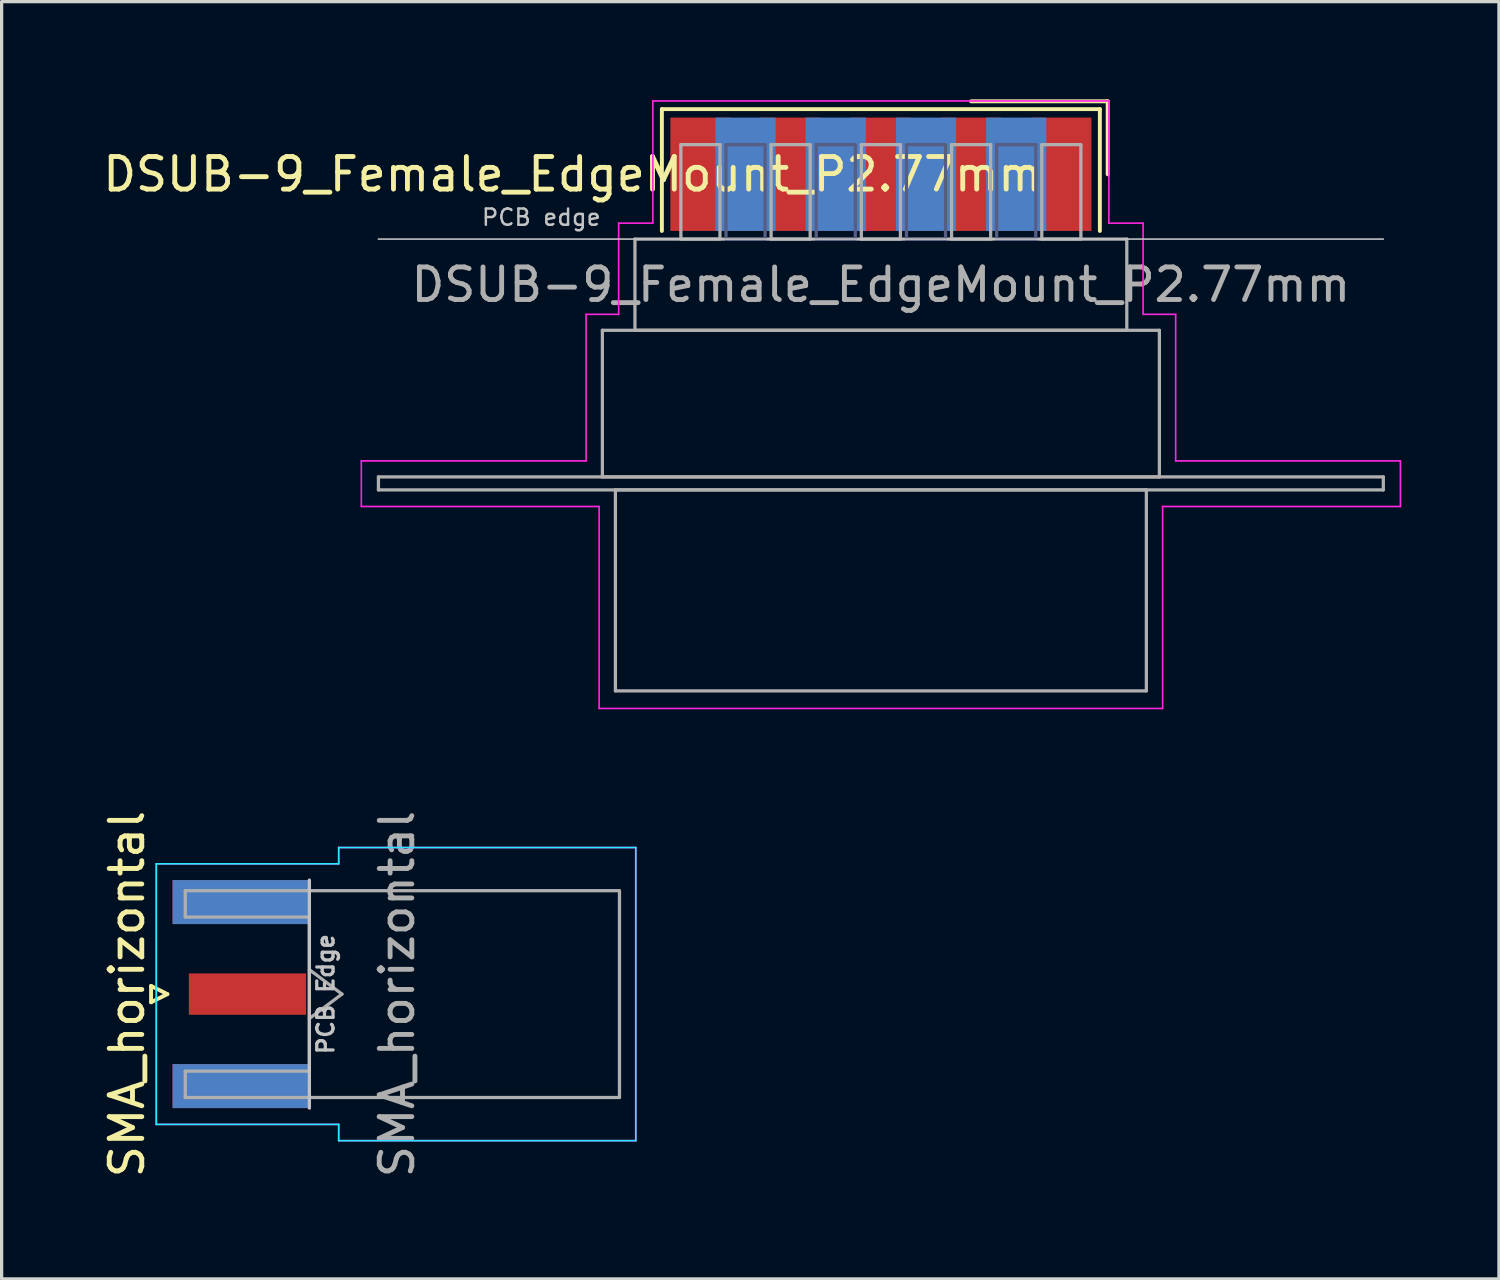
<source format=kicad_pcb>
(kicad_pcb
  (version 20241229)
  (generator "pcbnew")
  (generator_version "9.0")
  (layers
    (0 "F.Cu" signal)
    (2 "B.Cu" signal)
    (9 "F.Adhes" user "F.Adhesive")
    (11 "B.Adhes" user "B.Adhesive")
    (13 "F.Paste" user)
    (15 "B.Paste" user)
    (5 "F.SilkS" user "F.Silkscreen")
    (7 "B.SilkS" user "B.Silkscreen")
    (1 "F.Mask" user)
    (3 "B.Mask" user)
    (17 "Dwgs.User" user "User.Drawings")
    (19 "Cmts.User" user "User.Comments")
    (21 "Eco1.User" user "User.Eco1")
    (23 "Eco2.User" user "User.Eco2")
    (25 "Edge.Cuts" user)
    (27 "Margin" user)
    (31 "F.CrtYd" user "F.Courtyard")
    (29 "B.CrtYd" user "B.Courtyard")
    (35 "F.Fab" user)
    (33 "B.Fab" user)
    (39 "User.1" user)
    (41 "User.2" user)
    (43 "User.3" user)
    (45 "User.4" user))
  (footprint "SMA_horizontal"
    (layer "F.Cu")
    (at 4.348 27.469)
    (property "Reference" "SMA_horizontal" (at -3.5 0 90) (layer "F.SilkS") (effects (font (size 1 1) (thickness 0.15))))
    (attr smd)
    (fp_line (start -2.76 -0.25) (end -2.76 0.25) (stroke (width 0.12) (type solid)) (layer "F.SilkS"))
    (fp_line (start -2.76 0.25) (end -2.26 0) (stroke (width 0.12) (type solid)) (layer "F.SilkS"))
    (fp_line (start -2.26 0) (end -2.76 -0.25) (stroke (width 0.12) (type solid)) (layer "F.SilkS"))
    (fp_line (start 2.1 -3.5) (end 2.1 3.5) (stroke (width 0.1) (type solid)) (layer "Dwgs.User"))
    (fp_line (start -2.6 4) (end -2.6 -4) (stroke (width 0.05) (type solid)) (layer "B.CrtYd"))
    (fp_line (start 3 -4.5) (end 3 -4) (stroke (width 0.05) (type solid)) (layer "B.CrtYd"))
    (fp_line (start 3 -4) (end -2.6 -4) (stroke (width 0.05) (type solid)) (layer "B.CrtYd"))
    (fp_line (start 3 4) (end -2.6 4) (stroke (width 0.05) (type solid)) (layer "B.CrtYd"))
    (fp_line (start 3 4.5) (end 3 4) (stroke (width 0.05) (type solid)) (layer "B.CrtYd"))
    (fp_line (start 12.12 -4.5) (end 3 -4.5) (stroke (width 0.05) (type solid)) (layer "B.CrtYd"))
    (fp_line (start 12.12 -4.5) (end 12.12 4.5) (stroke (width 0.05) (type solid)) (layer "B.CrtYd"))
    (fp_line (start 12.12 4.5) (end 3 4.5) (stroke (width 0.05) (type solid)) (layer "B.CrtYd"))
    (fp_line (start -2.6 4) (end -2.6 -4) (stroke (width 0.05) (type solid)) (layer "F.CrtYd"))
    (fp_line (start 3 -4.5) (end 3 -4) (stroke (width 0.05) (type solid)) (layer "F.CrtYd"))
    (fp_line (start 3 -4) (end -2.6 -4) (stroke (width 0.05) (type solid)) (layer "F.CrtYd"))
    (fp_line (start 3 4) (end -2.6 4) (stroke (width 0.05) (type solid)) (layer "F.CrtYd"))
    (fp_line (start 3 4.5) (end 3 4) (stroke (width 0.05) (type solid)) (layer "F.CrtYd"))
    (fp_line (start 12.12 -4.5) (end 3 -4.5) (stroke (width 0.05) (type solid)) (layer "F.CrtYd"))
    (fp_line (start 12.12 -4.5) (end 12.12 4.5) (stroke (width 0.05) (type solid)) (layer "F.CrtYd"))
    (fp_line (start 12.12 4.5) (end 3 4.5) (stroke (width 0.05) (type solid)) (layer "F.CrtYd"))
    (fp_line (start -1.71 -3.175) (end -1.71 -2.365) (stroke (width 0.1) (type solid)) (layer "F.Fab"))
    (fp_line (start -1.71 -3.175) (end 11.62 -3.175) (stroke (width 0.1) (type solid)) (layer "F.Fab"))
    (fp_line (start -1.71 -2.365) (end 2.1 -2.365) (stroke (width 0.1) (type solid)) (layer "F.Fab"))
    (fp_line (start -1.71 2.365) (end -1.71 3.175) (stroke (width 0.1) (type solid)) (layer "F.Fab"))
    (fp_line (start -1.71 3.175) (end 11.62 3.175) (stroke (width 0.1) (type solid)) (layer "F.Fab"))
    (fp_line (start 2.1 -2.365) (end 2.1 2.365) (stroke (width 0.1) (type solid)) (layer "F.Fab"))
    (fp_line (start 2.1 -0.75) (end 3.1 0) (stroke (width 0.1) (type solid)) (layer "F.Fab"))
    (fp_line (start 2.1 2.365) (end -1.71 2.365) (stroke (width 0.1) (type solid)) (layer "F.Fab"))
    (fp_line (start 3.1 0) (end 2.1 0.75) (stroke (width 0.1) (type solid)) (layer "F.Fab"))
    (fp_line (start 11.62 -3.165) (end 11.62 3.165) (stroke (width 0.1) (type solid)) (layer "F.Fab"))
    (fp_text user "PCB Edge" (at 2.6 0 90) (layer "Dwgs.User") (effects (font (size 0.5 0.5) (thickness 0.1))))
    (fp_text user "${REFERENCE}" (at 4.79 0 270) (layer "F.Fab") (effects (font (size 1 1) (thickness 0.15))))
    (pad "1" smd rect (at 0.2 0 90) (size 1.27 3.6) (layers "F.Cu" "F.Mask" "F.Paste"))
    (pad "2" smd rect (at 0 -2.825 90) (size 1.35 4.2) (layers "F.Cu" "F.Mask" "F.Paste"))
    (pad "2" smd rect (at 0 -2.825 90) (size 1.35 4.2) (layers "B.Cu" "B.Mask" "B.Paste"))
    (pad "2" smd rect (at 0 2.825 90) (size 1.35 4.2) (layers "F.Cu" "F.Mask" "F.Paste"))
    (pad "2" smd rect (at 0 2.825 90) (size 1.35 4.2) (layers "B.Cu" "B.Mask" "B.Paste")))
  (footprint "DSUB-9_Female_EdgeMount_P2.77mm"
    (layer "F.Cu")
    (at 23.993 2.3)
    (property "Reference" "DSUB-9_Female_EdgeMount_P2.77mm" (at -9.463 0 0) (layer "F.SilkS") (effects (font (size 1 1) (thickness 0.15))))
    (attr smd)
    (fp_line (start -6.723 -2) (end -6.723 1.74) (stroke (width 0.12) (type solid)) (layer "F.SilkS"))
    (fp_line (start 6.723 -2) (end -6.723 -2) (stroke (width 0.12) (type solid)) (layer "F.SilkS"))
    (fp_line (start 6.723 1.74) (end 6.723 -2) (stroke (width 0.12) (type solid)) (layer "F.SilkS"))
    (fp_line (start 6.963 -2.24) (end 2.77 -2.24) (stroke (width 0.12) (type solid)) (layer "F.SilkS"))
    (fp_line (start 6.963 0) (end 6.963 -2.24) (stroke (width 0.12) (type solid)) (layer "F.SilkS"))
    (fp_line (start -15.425 1.99) (end 15.425 1.99) (stroke (width 0.05) (type solid)) (layer "Dwgs.User"))
    (fp_line (start -15.95 8.8) (end -9.05 8.8) (stroke (width 0.05) (type solid)) (layer "F.CrtYd"))
    (fp_line (start -15.95 10.2) (end -15.95 8.8) (stroke (width 0.05) (type solid)) (layer "F.CrtYd"))
    (fp_line (start -9.05 4.3) (end -8.05 4.3) (stroke (width 0.05) (type solid)) (layer "F.CrtYd"))
    (fp_line (start -9.05 8.8) (end -9.05 4.3) (stroke (width 0.05) (type solid)) (layer "F.CrtYd"))
    (fp_line (start -8.65 10.2) (end -15.95 10.2) (stroke (width 0.05) (type solid)) (layer "F.CrtYd"))
    (fp_line (start -8.65 16.4) (end -8.65 10.2) (stroke (width 0.05) (type solid)) (layer "F.CrtYd"))
    (fp_line (start -8.05 1.5) (end -7 1.5) (stroke (width 0.05) (type solid)) (layer "F.CrtYd"))
    (fp_line (start -8.05 4.3) (end -8.05 1.5) (stroke (width 0.05) (type solid)) (layer "F.CrtYd"))
    (fp_line (start -7 -2.25) (end 7 -2.25) (stroke (width 0.05) (type solid)) (layer "F.CrtYd"))
    (fp_line (start -7 1.5) (end -7 -2.25) (stroke (width 0.05) (type solid)) (layer "F.CrtYd"))
    (fp_line (start 7 -2.25) (end 7 1.5) (stroke (width 0.05) (type solid)) (layer "F.CrtYd"))
    (fp_line (start 7 1.5) (end 8.05 1.5) (stroke (width 0.05) (type solid)) (layer "F.CrtYd"))
    (fp_line (start 8.05 1.5) (end 8.05 4.3) (stroke (width 0.05) (type solid)) (layer "F.CrtYd"))
    (fp_line (start 8.05 4.3) (end 9.05 4.3) (stroke (width 0.05) (type solid)) (layer "F.CrtYd"))
    (fp_line (start 8.65 10.2) (end 8.65 16.4) (stroke (width 0.05) (type solid)) (layer "F.CrtYd"))
    (fp_line (start 8.65 16.4) (end -8.65 16.4) (stroke (width 0.05) (type solid)) (layer "F.CrtYd"))
    (fp_line (start 9.05 4.3) (end 9.05 8.8) (stroke (width 0.05) (type solid)) (layer "F.CrtYd"))
    (fp_line (start 9.05 8.8) (end 15.95 8.8) (stroke (width 0.05) (type solid)) (layer "F.CrtYd"))
    (fp_line (start 15.95 8.8) (end 15.95 10.2) (stroke (width 0.05) (type solid)) (layer "F.CrtYd"))
    (fp_line (start 15.95 10.2) (end 8.65 10.2) (stroke (width 0.05) (type solid)) (layer "F.CrtYd"))
    (fp_line (start -4.755 -0.91) (end -4.755 1.99) (stroke (width 0.1) (type solid)) (layer "B.Fab"))
    (fp_line (start -4.755 1.99) (end -3.555 1.99) (stroke (width 0.1) (type solid)) (layer "B.Fab"))
    (fp_line (start -3.555 -0.91) (end -4.755 -0.91) (stroke (width 0.1) (type solid)) (layer "B.Fab"))
    (fp_line (start -3.555 1.99) (end -3.555 -0.91) (stroke (width 0.1) (type solid)) (layer "B.Fab"))
    (fp_line (start -1.985 -0.91) (end -1.985 1.99) (stroke (width 0.1) (type solid)) (layer "B.Fab"))
    (fp_line (start -1.985 1.99) (end -0.785 1.99) (stroke (width 0.1) (type solid)) (layer "B.Fab"))
    (fp_line (start -0.785 -0.91) (end -1.985 -0.91) (stroke (width 0.1) (type solid)) (layer "B.Fab"))
    (fp_line (start -0.785 1.99) (end -0.785 -0.91) (stroke (width 0.1) (type solid)) (layer "B.Fab"))
    (fp_line (start 0.785 -0.91) (end 0.785 1.99) (stroke (width 0.1) (type solid)) (layer "B.Fab"))
    (fp_line (start 0.785 1.99) (end 1.985 1.99) (stroke (width 0.1) (type solid)) (layer "B.Fab"))
    (fp_line (start 1.985 -0.91) (end 0.785 -0.91) (stroke (width 0.1) (type solid)) (layer "B.Fab"))
    (fp_line (start 1.985 1.99) (end 1.985 -0.91) (stroke (width 0.1) (type solid)) (layer "B.Fab"))
    (fp_line (start 3.555 -0.91) (end 3.555 1.99) (stroke (width 0.1) (type solid)) (layer "B.Fab"))
    (fp_line (start 3.555 1.99) (end 4.755 1.99) (stroke (width 0.1) (type solid)) (layer "B.Fab"))
    (fp_line (start 4.755 -0.91) (end 3.555 -0.91) (stroke (width 0.1) (type solid)) (layer "B.Fab"))
    (fp_line (start 4.755 1.99) (end 4.755 -0.91) (stroke (width 0.1) (type solid)) (layer "B.Fab"))
    (fp_line (start -15.425 9.29) (end -15.425 9.69) (stroke (width 0.1) (type solid)) (layer "F.Fab"))
    (fp_line (start -15.425 9.69) (end 15.425 9.69) (stroke (width 0.1) (type solid)) (layer "F.Fab"))
    (fp_line (start -8.55 4.79) (end -8.55 9.29) (stroke (width 0.1) (type solid)) (layer "F.Fab"))
    (fp_line (start -8.55 9.29) (end 8.55 9.29) (stroke (width 0.1) (type solid)) (layer "F.Fab"))
    (fp_line (start -8.15 9.69) (end -8.15 15.86) (stroke (width 0.1) (type solid)) (layer "F.Fab"))
    (fp_line (start -8.15 15.86) (end 8.15 15.86) (stroke (width 0.1) (type solid)) (layer "F.Fab"))
    (fp_line (start -7.55 1.99) (end -7.55 4.79) (stroke (width 0.1) (type solid)) (layer "F.Fab"))
    (fp_line (start -7.55 4.79) (end 7.55 4.79) (stroke (width 0.1) (type solid)) (layer "F.Fab"))
    (fp_line (start -6.14 -0.91) (end -6.14 1.99) (stroke (width 0.1) (type solid)) (layer "F.Fab"))
    (fp_line (start -6.14 1.99) (end -4.94 1.99) (stroke (width 0.1) (type solid)) (layer "F.Fab"))
    (fp_line (start -4.94 -0.91) (end -6.14 -0.91) (stroke (width 0.1) (type solid)) (layer "F.Fab"))
    (fp_line (start -4.94 1.99) (end -4.94 -0.91) (stroke (width 0.1) (type solid)) (layer "F.Fab"))
    (fp_line (start -3.37 -0.91) (end -3.37 1.99) (stroke (width 0.1) (type solid)) (layer "F.Fab"))
    (fp_line (start -3.37 1.99) (end -2.17 1.99) (stroke (width 0.1) (type solid)) (layer "F.Fab"))
    (fp_line (start -2.17 -0.91) (end -3.37 -0.91) (stroke (width 0.1) (type solid)) (layer "F.Fab"))
    (fp_line (start -2.17 1.99) (end -2.17 -0.91) (stroke (width 0.1) (type solid)) (layer "F.Fab"))
    (fp_line (start -0.6 -0.91) (end -0.6 1.99) (stroke (width 0.1) (type solid)) (layer "F.Fab"))
    (fp_line (start -0.6 1.99) (end 0.6 1.99) (stroke (width 0.1) (type solid)) (layer "F.Fab"))
    (fp_line (start 0.6 -0.91) (end -0.6 -0.91) (stroke (width 0.1) (type solid)) (layer "F.Fab"))
    (fp_line (start 0.6 1.99) (end 0.6 -0.91) (stroke (width 0.1) (type solid)) (layer "F.Fab"))
    (fp_line (start 2.17 -0.91) (end 2.17 1.99) (stroke (width 0.1) (type solid)) (layer "F.Fab"))
    (fp_line (start 2.17 1.99) (end 3.37 1.99) (stroke (width 0.1) (type solid)) (layer "F.Fab"))
    (fp_line (start 3.37 -0.91) (end 2.17 -0.91) (stroke (width 0.1) (type solid)) (layer "F.Fab"))
    (fp_line (start 3.37 1.99) (end 3.37 -0.91) (stroke (width 0.1) (type solid)) (layer "F.Fab"))
    (fp_line (start 4.94 -0.91) (end 4.94 1.99) (stroke (width 0.1) (type solid)) (layer "F.Fab"))
    (fp_line (start 4.94 1.99) (end 6.14 1.99) (stroke (width 0.1) (type solid)) (layer "F.Fab"))
    (fp_line (start 6.14 -0.91) (end 4.94 -0.91) (stroke (width 0.1) (type solid)) (layer "F.Fab"))
    (fp_line (start 6.14 1.99) (end 6.14 -0.91) (stroke (width 0.1) (type solid)) (layer "F.Fab"))
    (fp_line (start 7.55 1.99) (end -7.55 1.99) (stroke (width 0.1) (type solid)) (layer "F.Fab"))
    (fp_line (start 7.55 4.79) (end 7.55 1.99) (stroke (width 0.1) (type solid)) (layer "F.Fab"))
    (fp_line (start 8.15 9.69) (end -8.15 9.69) (stroke (width 0.1) (type solid)) (layer "F.Fab"))
    (fp_line (start 8.15 15.86) (end 8.15 9.69) (stroke (width 0.1) (type solid)) (layer "F.Fab"))
    (fp_line (start 8.55 4.79) (end -8.55 4.79) (stroke (width 0.1) (type solid)) (layer "F.Fab"))
    (fp_line (start 8.55 9.29) (end 8.55 4.79) (stroke (width 0.1) (type solid)) (layer "F.Fab"))
    (fp_line (start 15.425 9.29) (end -15.425 9.29) (stroke (width 0.1) (type solid)) (layer "F.Fab"))
    (fp_line (start 15.425 9.69) (end 15.425 9.29) (stroke (width 0.1) (type solid)) (layer "F.Fab"))
    (fp_text user "PCB edge" (at -10.425 1.323 0) (layer "Dwgs.User") (effects (font (size 0.5 0.5) (thickness 0.075))))
    (fp_text user "${REFERENCE}" (at 0 3.39 0) (layer "F.Fab") (effects (font (size 1 1) (thickness 0.15))))
    (pad "1" smd rect (at 5.54 0) (size 1.847 3.48) (layers "F.Cu" "F.Mask" "F.Paste"))
    (pad "2" smd rect (at 2.77 0) (size 1.847 3.48) (layers "F.Cu" "F.Mask" "F.Paste"))
    (pad "3" smd rect (at 0 0) (size 1.847 3.48) (layers "F.Cu" "F.Mask" "F.Paste"))
    (pad "4" smd rect (at -2.77 0) (size 1.847 3.48) (layers "F.Cu" "F.Mask" "F.Paste"))
    (pad "5" smd rect (at -5.54 0) (size 1.847 3.48) (layers "F.Cu" "F.Mask" "F.Paste"))
    (pad "6" smd rect (at 4.155 0) (size 1.847 3.48) (layers "B.Cu" "B.Mask" "B.Paste"))
    (pad "7" smd rect (at 1.385 0) (size 1.847 3.48) (layers "B.Cu" "B.Mask" "B.Paste"))
    (pad "8" smd rect (at -1.385 0) (size 1.847 3.48) (layers "B.Cu" "B.Mask" "B.Paste"))
    (pad "9" smd rect (at -4.155 0) (size 1.847 3.48) (layers "B.Cu" "B.Mask" "B.Paste")))
  (gr_rect
    (start -3 -3)
    (end 42.968 36.213)
    (stroke (width 0.1) (type default))
    (fill no)
    (layer "Edge.Cuts")))
</source>
